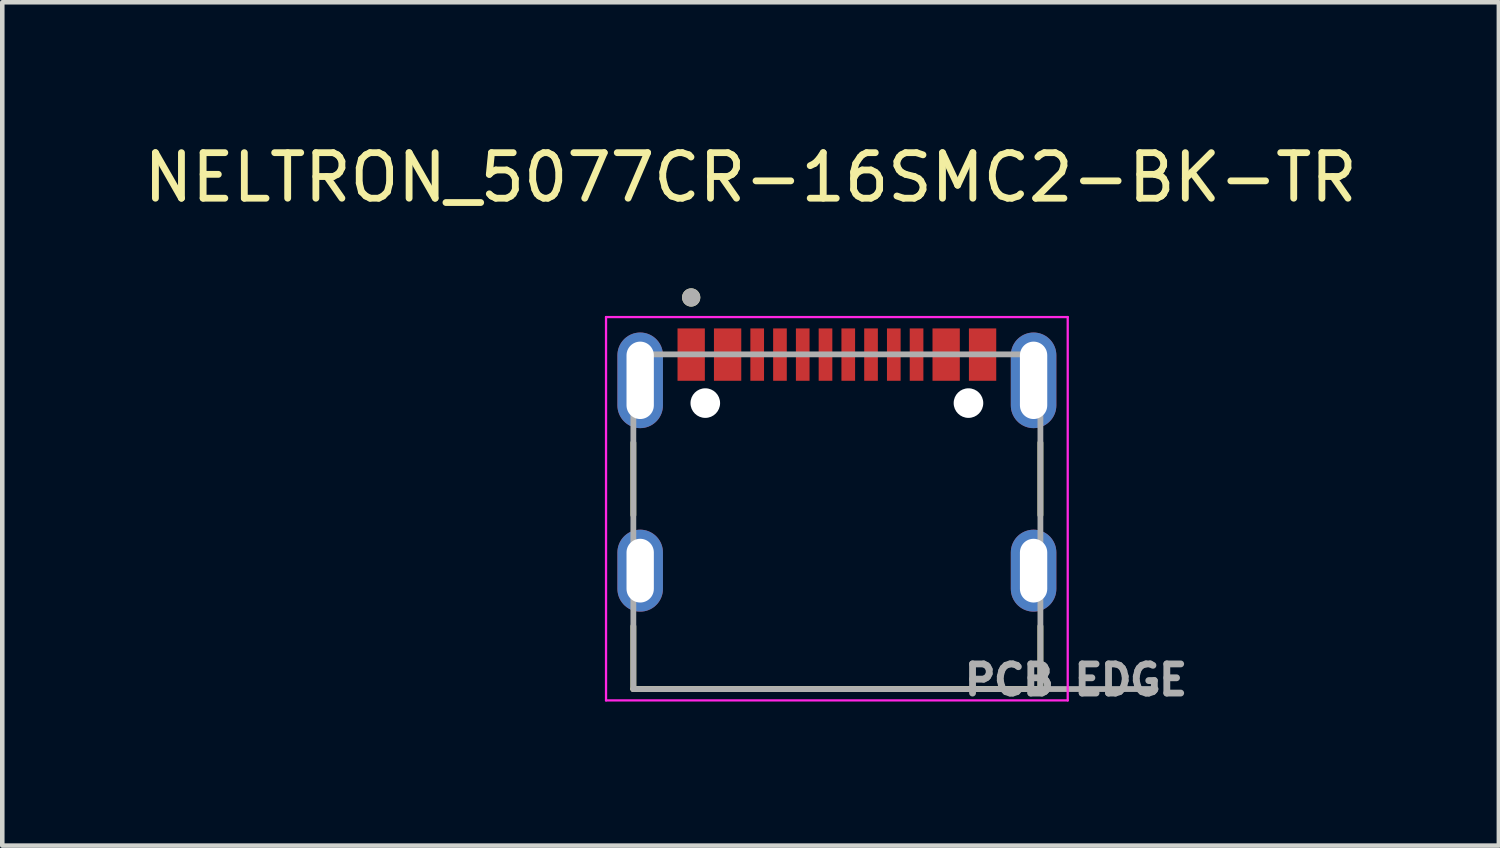
<source format=kicad_pcb>
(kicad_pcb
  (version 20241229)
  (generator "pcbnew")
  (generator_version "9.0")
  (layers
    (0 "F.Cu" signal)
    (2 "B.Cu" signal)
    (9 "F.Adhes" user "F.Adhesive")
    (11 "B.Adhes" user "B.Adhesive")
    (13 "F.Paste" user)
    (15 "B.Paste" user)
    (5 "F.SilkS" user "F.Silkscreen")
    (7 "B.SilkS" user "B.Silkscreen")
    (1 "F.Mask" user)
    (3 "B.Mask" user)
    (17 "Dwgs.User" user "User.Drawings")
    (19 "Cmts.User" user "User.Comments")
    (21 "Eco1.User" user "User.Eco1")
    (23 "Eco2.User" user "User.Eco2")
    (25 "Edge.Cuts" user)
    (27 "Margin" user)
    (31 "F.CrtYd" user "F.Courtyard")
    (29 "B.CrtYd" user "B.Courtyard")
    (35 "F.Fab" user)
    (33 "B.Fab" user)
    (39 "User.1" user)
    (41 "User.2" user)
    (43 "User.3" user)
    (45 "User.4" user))
  (footprint "NELTRON_5077CR-16SMC2-BK-TR"
    (layer "F.Cu")
    (at 15.33 5.803)
    (property "Reference" "NELTRON_5077CR-16SMC2-BK-TR" (at -1.895 -4.955 0) (layer "F.SilkS") (effects (font (size 1 1) (thickness 0.15))))
    (attr smd)
    (fp_line (start -4.47 2.46) (end -4.47 0.87) (stroke (width 0.127) (type solid)) (layer "F.SilkS"))
    (fp_line (start -4.47 6.28) (end -4.47 4.9) (stroke (width 0.127) (type solid)) (layer "F.SilkS"))
    (fp_line (start 4.47 2.46) (end 4.47 0.87) (stroke (width 0.127) (type solid)) (layer "F.SilkS"))
    (fp_line (start 4.47 6.28) (end -4.47 6.28) (stroke (width 0.127) (type solid)) (layer "F.SilkS"))
    (fp_line (start 4.47 6.28) (end 4.47 4.9) (stroke (width 0.127) (type solid)) (layer "F.SilkS"))
    (fp_circle (center -3.2 -2.32) (end -3.1 -2.32) (stroke (width 0.2) (type solid)) (fill no) (layer "F.SilkS"))
    (fp_line (start -5.07 -1.89) (end 5.07 -1.89) (stroke (width 0.05) (type solid)) (layer "F.CrtYd"))
    (fp_line (start -5.07 6.53) (end -5.07 -1.89) (stroke (width 0.05) (type solid)) (layer "F.CrtYd"))
    (fp_line (start 5.07 -1.89) (end 5.07 6.53) (stroke (width 0.05) (type solid)) (layer "F.CrtYd"))
    (fp_line (start 5.07 6.53) (end -5.07 6.53) (stroke (width 0.05) (type solid)) (layer "F.CrtYd"))
    (fp_line (start -4.47 -1.07) (end 4.47 -1.07) (stroke (width 0.127) (type solid)) (layer "F.Fab"))
    (fp_line (start -4.47 6.28) (end -4.47 -1.07) (stroke (width 0.127) (type solid)) (layer "F.Fab"))
    (fp_line (start -4.47 6.28) (end 4.47 6.28) (stroke (width 0.127) (type solid)) (layer "F.Fab"))
    (fp_line (start 4.47 -1.07) (end 4.47 6.28) (stroke (width 0.127) (type solid)) (layer "F.Fab"))
    (fp_line (start 4.47 6.28) (end 7 6.28) (stroke (width 0.127) (type solid)) (layer "F.Fab"))
    (fp_circle (center -3.2 -2.32) (end -3.1 -2.32) (stroke (width 0.2) (type solid)) (fill no) (layer "F.Fab"))
    (fp_text user "PCB EDGE" (at 5.25 6.08 0) (layer "F.Fab") (effects (font (size 0.64 0.64) (thickness 0.15))))
    (pad "" np_thru_hole circle (at -2.89 0) (size 0.65 0.65) (drill 0.65) (layers "*.Cu" "*.Mask"))
    (pad "" np_thru_hole circle (at 2.89 0) (size 0.65 0.65) (drill 0.65) (layers "*.Cu" "*.Mask"))
    (pad "A1_B12" smd rect (at -3.2 -1.065) (size 0.6 1.15) (layers "F.Cu" "F.Mask" "F.Paste"))
    (pad "A4_B9" smd rect (at -2.4 -1.065) (size 0.6 1.15) (layers "F.Cu" "F.Mask" "F.Paste"))
    (pad "A5" smd rect (at -1.25 -1.065) (size 0.3 1.15) (layers "F.Cu" "F.Mask" "F.Paste"))
    (pad "A6" smd rect (at -0.25 -1.065) (size 0.3 1.15) (layers "F.Cu" "F.Mask" "F.Paste"))
    (pad "A7" smd rect (at 0.25 -1.065) (size 0.3 1.15) (layers "F.Cu" "F.Mask" "F.Paste"))
    (pad "A8" smd rect (at 1.25 -1.065) (size 0.3 1.15) (layers "F.Cu" "F.Mask" "F.Paste"))
    (pad "B1_A12" smd rect (at 3.2 -1.065) (size 0.6 1.15) (layers "F.Cu" "F.Mask" "F.Paste"))
    (pad "B4_A9" smd rect (at 2.4 -1.065) (size 0.6 1.15) (layers "F.Cu" "F.Mask" "F.Paste"))
    (pad "B5" smd rect (at 1.75 -1.065) (size 0.3 1.15) (layers "F.Cu" "F.Mask" "F.Paste"))
    (pad "B6" smd rect (at 0.75 -1.065) (size 0.3 1.15) (layers "F.Cu" "F.Mask" "F.Paste"))
    (pad "B7" smd rect (at -0.75 -1.065) (size 0.3 1.15) (layers "F.Cu" "F.Mask" "F.Paste"))
    (pad "B8" smd rect (at -1.75 -1.065) (size 0.3 1.15) (layers "F.Cu" "F.Mask" "F.Paste"))
    (pad "S1" thru_hole oval (at -4.32 3.68) (size 1 1.8) (drill oval 0.6 1.4) (layers "*.Cu" "*.Mask"))
    (pad "S2" thru_hole oval (at 4.32 3.68) (size 1 1.8) (drill oval 0.6 1.4) (layers "*.Cu" "*.Mask"))
    (pad "S3" thru_hole oval (at -4.32 -0.5) (size 1 2.1) (drill oval 0.6 1.7) (layers "*.Cu" "*.Mask"))
    (pad "S4" thru_hole oval (at 4.32 -0.5) (size 1 2.1) (drill oval 0.6 1.7) (layers "*.Cu" "*.Mask")))
  (gr_rect
    (start -3 -3)
    (end 29.869 15.521)
    (stroke (width 0.1) (type default))
    (fill no)
    (layer "Edge.Cuts")))
</source>
